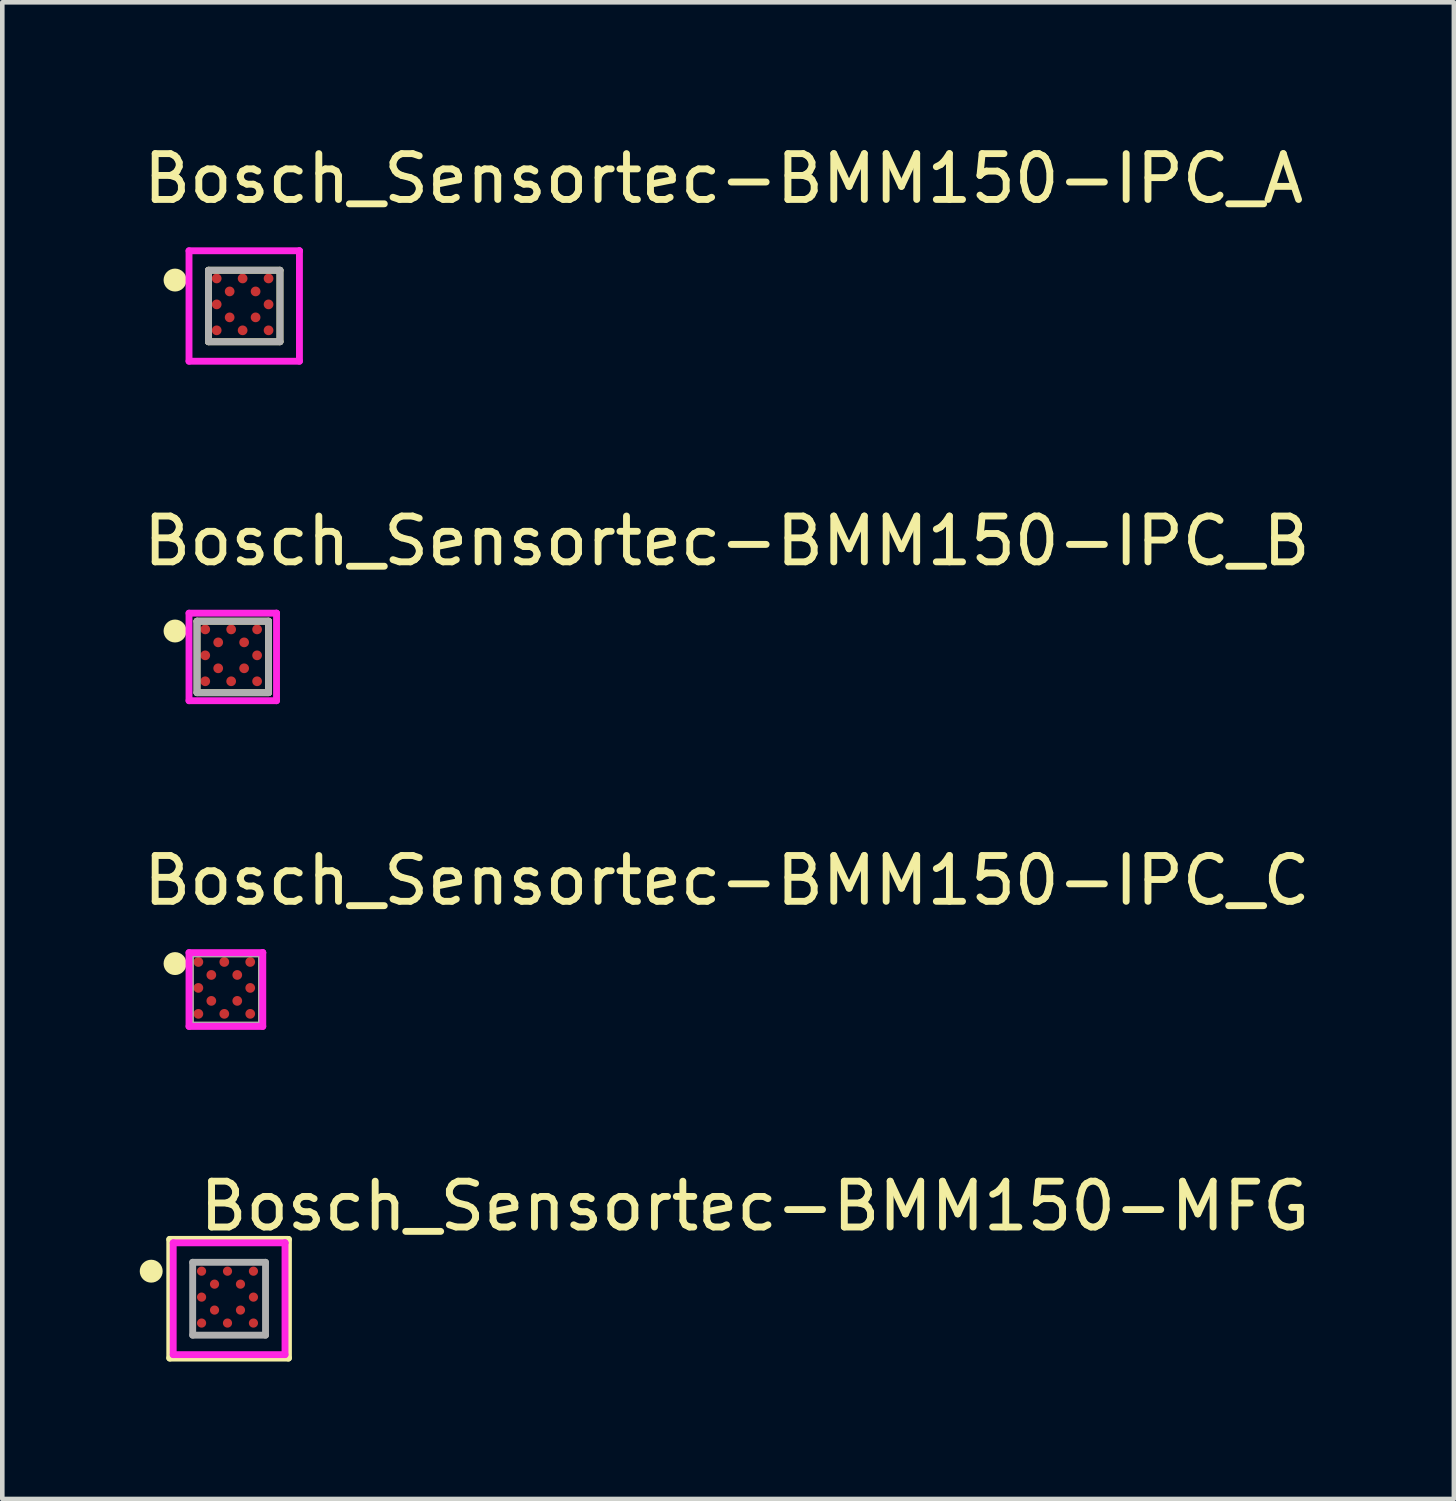
<source format=kicad_pcb>
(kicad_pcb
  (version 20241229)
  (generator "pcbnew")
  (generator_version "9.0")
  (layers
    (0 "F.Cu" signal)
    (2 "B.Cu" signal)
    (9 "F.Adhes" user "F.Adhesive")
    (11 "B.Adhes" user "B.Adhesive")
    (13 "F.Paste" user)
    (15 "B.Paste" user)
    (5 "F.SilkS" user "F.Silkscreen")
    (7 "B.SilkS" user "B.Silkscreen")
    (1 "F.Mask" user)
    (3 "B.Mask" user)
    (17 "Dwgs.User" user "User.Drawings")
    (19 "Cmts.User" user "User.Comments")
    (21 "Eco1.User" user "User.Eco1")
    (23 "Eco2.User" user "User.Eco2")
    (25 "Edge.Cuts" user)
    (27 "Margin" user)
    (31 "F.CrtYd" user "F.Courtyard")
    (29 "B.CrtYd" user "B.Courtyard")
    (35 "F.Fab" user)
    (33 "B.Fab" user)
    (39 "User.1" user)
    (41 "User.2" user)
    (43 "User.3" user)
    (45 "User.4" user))
  (footprint "Bosch_Sensortec-BMM150-MFG"
    (layer "F.Cu")
    (at 1.95 25.293)
    (property "Reference" "Bosch_Sensortec-BMM150-MFG" (at -0.72 -2.02 0) (layer "F.SilkS") (effects (font (size 1 1) (thickness 0.15)) (justify left)))
    (attr through_hole)
    (fp_line (start -1.295 -1.295) (end 1.295 -1.295) (stroke (width 0.15) (type solid)) (layer "F.SilkS"))
    (fp_line (start -1.295 1.295) (end -1.295 -1.295) (stroke (width 0.15) (type solid)) (layer "F.SilkS"))
    (fp_line (start 1.295 -1.295) (end 1.295 1.295) (stroke (width 0.15) (type solid)) (layer "F.SilkS"))
    (fp_line (start 1.295 1.295) (end -1.295 1.295) (stroke (width 0.15) (type solid)) (layer "F.SilkS"))
    (fp_circle (center -1.7 -0.601) (end -1.575 -0.601) (stroke (width 0.25) (type solid)) (fill no) (layer "F.SilkS"))
    (fp_line (start -1.22 -1.22) (end -1.22 1.22) (stroke (width 0.15) (type solid)) (layer "F.CrtYd"))
    (fp_line (start -1.22 1.22) (end 1.22 1.22) (stroke (width 0.15) (type solid)) (layer "F.CrtYd"))
    (fp_line (start 1.22 -1.22) (end -1.22 -1.22) (stroke (width 0.15) (type solid)) (layer "F.CrtYd"))
    (fp_line (start 1.22 -1.22) (end 1.22 -1.22) (stroke (width 0.15) (type solid)) (layer "F.CrtYd"))
    (fp_line (start 1.22 1.22) (end 1.22 -1.22) (stroke (width 0.15) (type solid)) (layer "F.CrtYd"))
    (fp_line (start -0.795 -0.795) (end 0.795 -0.795) (stroke (width 0.15) (type solid)) (layer "F.Fab"))
    (fp_line (start -0.795 0.795) (end -0.795 -0.795) (stroke (width 0.15) (type solid)) (layer "F.Fab"))
    (fp_line (start 0.795 -0.795) (end 0.795 0.795) (stroke (width 0.15) (type solid)) (layer "F.Fab"))
    (fp_line (start 0.795 0.795) (end -0.795 0.795) (stroke (width 0.15) (type solid)) (layer "F.Fab"))
    (pad "A1" smd circle (at -0.601 -0.601) (size 0.2 0.2) (layers "F.Cu" "F.Mask" "F.Paste"))
    (pad "A3" smd circle (at -0.035 -0.601) (size 0.2 0.2) (layers "F.Cu" "F.Mask" "F.Paste"))
    (pad "A5" smd circle (at 0.531 -0.601) (size 0.2 0.2) (layers "F.Cu" "F.Mask" "F.Paste"))
    (pad "B2" smd circle (at -0.318 -0.318) (size 0.2 0.2) (layers "F.Cu" "F.Mask" "F.Paste"))
    (pad "B4" smd circle (at 0.248 -0.318) (size 0.2 0.2) (layers "F.Cu" "F.Mask" "F.Paste"))
    (pad "C1" smd circle (at -0.601 -0.035) (size 0.2 0.2) (layers "F.Cu" "F.Mask" "F.Paste"))
    (pad "C5" smd circle (at 0.531 -0.035) (size 0.2 0.2) (layers "F.Cu" "F.Mask" "F.Paste"))
    (pad "D2" smd circle (at -0.318 0.248) (size 0.2 0.2) (layers "F.Cu" "F.Mask" "F.Paste"))
    (pad "D4" smd circle (at 0.248 0.248) (size 0.2 0.2) (layers "F.Cu" "F.Mask" "F.Paste"))
    (pad "E1" smd circle (at -0.601 0.531) (size 0.2 0.2) (layers "F.Cu" "F.Mask" "F.Paste"))
    (pad "E3" smd circle (at -0.035 0.531) (size 0.2 0.2) (layers "F.Cu" "F.Mask" "F.Paste"))
    (pad "E5" smd circle (at 0.531 0.531) (size 0.2 0.2) (layers "F.Cu" "F.Mask" "F.Paste")))
  (footprint "Bosch_Sensortec-BMM150-IPC_A"
    (layer "F.Cu")
    (at 2.28 3.628)
    (property "Reference" "Bosch_Sensortec-BMM150-IPC_A" (at -2.28 -2.78 0) (layer "F.SilkS") (effects (font (size 1 1) (thickness 0.15)) (justify left)))
    (attr through_hole)
    (fp_line (start -0.78 -0.78) (end 0.78 -0.78) (stroke (width 0.15) (type solid)) (layer "F.SilkS"))
    (fp_line (start -0.78 0.78) (end -0.78 -0.78) (stroke (width 0.15) (type solid)) (layer "F.SilkS"))
    (fp_line (start 0.78 -0.78) (end 0.78 0.78) (stroke (width 0.15) (type solid)) (layer "F.SilkS"))
    (fp_line (start 0.78 0.78) (end -0.78 0.78) (stroke (width 0.15) (type solid)) (layer "F.SilkS"))
    (fp_circle (center -1.51 -0.566) (end -1.385 -0.566) (stroke (width 0.25) (type solid)) (fill no) (layer "F.SilkS"))
    (fp_line (start -1.205 -1.205) (end -1.205 1.205) (stroke (width 0.15) (type solid)) (layer "F.CrtYd"))
    (fp_line (start -1.205 1.205) (end 1.205 1.205) (stroke (width 0.15) (type solid)) (layer "F.CrtYd"))
    (fp_line (start 1.205 -1.205) (end -1.205 -1.205) (stroke (width 0.15) (type solid)) (layer "F.CrtYd"))
    (fp_line (start 1.205 -1.205) (end 1.205 -1.205) (stroke (width 0.15) (type solid)) (layer "F.CrtYd"))
    (fp_line (start 1.205 1.205) (end 1.205 -1.205) (stroke (width 0.15) (type solid)) (layer "F.CrtYd"))
    (fp_line (start -0.78 -0.78) (end 0.78 -0.78) (stroke (width 0.15) (type solid)) (layer "F.Fab"))
    (fp_line (start -0.78 0.78) (end -0.78 -0.78) (stroke (width 0.15) (type solid)) (layer "F.Fab"))
    (fp_line (start 0.78 -0.78) (end 0.78 0.78) (stroke (width 0.15) (type solid)) (layer "F.Fab"))
    (fp_line (start 0.78 0.78) (end -0.78 0.78) (stroke (width 0.15) (type solid)) (layer "F.Fab"))
    (pad "A1" smd circle (at -0.601 -0.601) (size 0.212 0.212) (layers "F.Cu" "F.Mask" "F.Paste"))
    (pad "A3" smd circle (at -0.035 -0.601) (size 0.212 0.212) (layers "F.Cu" "F.Mask" "F.Paste"))
    (pad "A5" smd circle (at 0.531 -0.601) (size 0.212 0.212) (layers "F.Cu" "F.Mask" "F.Paste"))
    (pad "B2" smd circle (at -0.318 -0.318) (size 0.212 0.212) (layers "F.Cu" "F.Mask" "F.Paste"))
    (pad "B4" smd circle (at 0.248 -0.318) (size 0.212 0.212) (layers "F.Cu" "F.Mask" "F.Paste"))
    (pad "C1" smd circle (at -0.601 -0.035) (size 0.212 0.212) (layers "F.Cu" "F.Mask" "F.Paste"))
    (pad "C5" smd circle (at 0.531 -0.035) (size 0.212 0.212) (layers "F.Cu" "F.Mask" "F.Paste"))
    (pad "D2" smd circle (at -0.318 0.248) (size 0.212 0.212) (layers "F.Cu" "F.Mask" "F.Paste"))
    (pad "D4" smd circle (at 0.248 0.248) (size 0.212 0.212) (layers "F.Cu" "F.Mask" "F.Paste"))
    (pad "E1" smd circle (at -0.601 0.531) (size 0.212 0.212) (layers "F.Cu" "F.Mask" "F.Paste"))
    (pad "E3" smd circle (at -0.035 0.531) (size 0.212 0.212) (layers "F.Cu" "F.Mask" "F.Paste"))
    (pad "E5" smd circle (at 0.531 0.531) (size 0.212 0.212) (layers "F.Cu" "F.Mask" "F.Paste")))
  (footprint "Bosch_Sensortec-BMM150-IPC_B"
    (layer "F.Cu")
    (at 2.03 11.287)
    (property "Reference" "Bosch_Sensortec-BMM150-IPC_B" (at -2.03 -2.53 0) (layer "F.SilkS") (effects (font (size 1 1) (thickness 0.15)) (justify left)))
    (attr through_hole)
    (fp_line (start -0.78 -0.78) (end 0.78 -0.78) (stroke (width 0.15) (type solid)) (layer "F.SilkS"))
    (fp_line (start -0.78 0.78) (end -0.78 -0.78) (stroke (width 0.15) (type solid)) (layer "F.SilkS"))
    (fp_line (start 0.78 -0.78) (end 0.78 0.78) (stroke (width 0.15) (type solid)) (layer "F.SilkS"))
    (fp_line (start 0.78 0.78) (end -0.78 0.78) (stroke (width 0.15) (type solid)) (layer "F.SilkS"))
    (fp_circle (center -1.26 -0.566) (end -1.135 -0.566) (stroke (width 0.25) (type solid)) (fill no) (layer "F.SilkS"))
    (fp_line (start -0.955 -0.955) (end -0.955 0.955) (stroke (width 0.15) (type solid)) (layer "F.CrtYd"))
    (fp_line (start -0.955 0.955) (end 0.955 0.955) (stroke (width 0.15) (type solid)) (layer "F.CrtYd"))
    (fp_line (start 0.955 -0.955) (end -0.955 -0.955) (stroke (width 0.15) (type solid)) (layer "F.CrtYd"))
    (fp_line (start 0.955 -0.955) (end 0.955 -0.955) (stroke (width 0.15) (type solid)) (layer "F.CrtYd"))
    (fp_line (start 0.955 0.955) (end 0.955 -0.955) (stroke (width 0.15) (type solid)) (layer "F.CrtYd"))
    (fp_line (start -0.78 -0.78) (end 0.78 -0.78) (stroke (width 0.15) (type solid)) (layer "F.Fab"))
    (fp_line (start -0.78 0.78) (end -0.78 -0.78) (stroke (width 0.15) (type solid)) (layer "F.Fab"))
    (fp_line (start 0.78 -0.78) (end 0.78 0.78) (stroke (width 0.15) (type solid)) (layer "F.Fab"))
    (fp_line (start 0.78 0.78) (end -0.78 0.78) (stroke (width 0.15) (type solid)) (layer "F.Fab"))
    (pad "A1" smd circle (at -0.601 -0.601) (size 0.212 0.212) (layers "F.Cu" "F.Mask" "F.Paste"))
    (pad "A3" smd circle (at -0.035 -0.601) (size 0.212 0.212) (layers "F.Cu" "F.Mask" "F.Paste"))
    (pad "A5" smd circle (at 0.531 -0.601) (size 0.212 0.212) (layers "F.Cu" "F.Mask" "F.Paste"))
    (pad "B2" smd circle (at -0.318 -0.318) (size 0.212 0.212) (layers "F.Cu" "F.Mask" "F.Paste"))
    (pad "B4" smd circle (at 0.248 -0.318) (size 0.212 0.212) (layers "F.Cu" "F.Mask" "F.Paste"))
    (pad "C1" smd circle (at -0.601 -0.035) (size 0.212 0.212) (layers "F.Cu" "F.Mask" "F.Paste"))
    (pad "C5" smd circle (at 0.531 -0.035) (size 0.212 0.212) (layers "F.Cu" "F.Mask" "F.Paste"))
    (pad "D2" smd circle (at -0.318 0.248) (size 0.212 0.212) (layers "F.Cu" "F.Mask" "F.Paste"))
    (pad "D4" smd circle (at 0.248 0.248) (size 0.212 0.212) (layers "F.Cu" "F.Mask" "F.Paste"))
    (pad "E1" smd circle (at -0.601 0.531) (size 0.212 0.212) (layers "F.Cu" "F.Mask" "F.Paste"))
    (pad "E3" smd circle (at -0.035 0.531) (size 0.212 0.212) (layers "F.Cu" "F.Mask" "F.Paste"))
    (pad "E5" smd circle (at 0.531 0.531) (size 0.212 0.212) (layers "F.Cu" "F.Mask" "F.Paste")))
  (footprint "Bosch_Sensortec-BMM150-IPC_C"
    (layer "F.Cu")
    (at 1.88 18.545)
    (property "Reference" "Bosch_Sensortec-BMM150-IPC_C" (at -1.88 -2.38 0) (layer "F.SilkS") (effects (font (size 1 1) (thickness 0.15)) (justify left)))
    (attr through_hole)
    (fp_line (start -0.78 -0.78) (end 0.78 -0.78) (stroke (width 0.15) (type solid)) (layer "F.SilkS"))
    (fp_line (start -0.78 0.78) (end -0.78 -0.78) (stroke (width 0.15) (type solid)) (layer "F.SilkS"))
    (fp_line (start 0.78 -0.78) (end 0.78 0.78) (stroke (width 0.15) (type solid)) (layer "F.SilkS"))
    (fp_line (start 0.78 0.78) (end -0.78 0.78) (stroke (width 0.15) (type solid)) (layer "F.SilkS"))
    (fp_circle (center -1.11 -0.566) (end -0.985 -0.566) (stroke (width 0.25) (type solid)) (fill no) (layer "F.SilkS"))
    (fp_line (start -0.805 -0.805) (end -0.805 0.805) (stroke (width 0.15) (type solid)) (layer "F.CrtYd"))
    (fp_line (start -0.805 0.805) (end 0.805 0.805) (stroke (width 0.15) (type solid)) (layer "F.CrtYd"))
    (fp_line (start 0.805 -0.805) (end -0.805 -0.805) (stroke (width 0.15) (type solid)) (layer "F.CrtYd"))
    (fp_line (start 0.805 -0.805) (end 0.805 -0.805) (stroke (width 0.15) (type solid)) (layer "F.CrtYd"))
    (fp_line (start 0.805 0.805) (end 0.805 -0.805) (stroke (width 0.15) (type solid)) (layer "F.CrtYd"))
    (fp_line (start -0.78 -0.78) (end 0.78 -0.78) (stroke (width 0.15) (type solid)) (layer "F.Fab"))
    (fp_line (start -0.78 0.78) (end -0.78 -0.78) (stroke (width 0.15) (type solid)) (layer "F.Fab"))
    (fp_line (start 0.78 -0.78) (end 0.78 0.78) (stroke (width 0.15) (type solid)) (layer "F.Fab"))
    (fp_line (start 0.78 0.78) (end -0.78 0.78) (stroke (width 0.15) (type solid)) (layer "F.Fab"))
    (pad "A1" smd circle (at -0.601 -0.601) (size 0.212 0.212) (layers "F.Cu" "F.Mask" "F.Paste"))
    (pad "A3" smd circle (at -0.035 -0.601) (size 0.212 0.212) (layers "F.Cu" "F.Mask" "F.Paste"))
    (pad "A5" smd circle (at 0.531 -0.601) (size 0.212 0.212) (layers "F.Cu" "F.Mask" "F.Paste"))
    (pad "B2" smd circle (at -0.318 -0.318) (size 0.212 0.212) (layers "F.Cu" "F.Mask" "F.Paste"))
    (pad "B4" smd circle (at 0.248 -0.318) (size 0.212 0.212) (layers "F.Cu" "F.Mask" "F.Paste"))
    (pad "C1" smd circle (at -0.601 -0.035) (size 0.212 0.212) (layers "F.Cu" "F.Mask" "F.Paste"))
    (pad "C5" smd circle (at 0.531 -0.035) (size 0.212 0.212) (layers "F.Cu" "F.Mask" "F.Paste"))
    (pad "D2" smd circle (at -0.318 0.248) (size 0.212 0.212) (layers "F.Cu" "F.Mask" "F.Paste"))
    (pad "D4" smd circle (at 0.248 0.248) (size 0.212 0.212) (layers "F.Cu" "F.Mask" "F.Paste"))
    (pad "E1" smd circle (at -0.601 0.531) (size 0.212 0.212) (layers "F.Cu" "F.Mask" "F.Paste"))
    (pad "E3" smd circle (at -0.035 0.531) (size 0.212 0.212) (layers "F.Cu" "F.Mask" "F.Paste"))
    (pad "E5" smd circle (at 0.531 0.531) (size 0.212 0.212) (layers "F.Cu" "F.Mask" "F.Paste")))
  (gr_rect
    (start -3 -3)
    (end 28.679 29.663)
    (stroke (width 0.1) (type default))
    (fill no)
    (layer "Edge.Cuts")))
</source>
